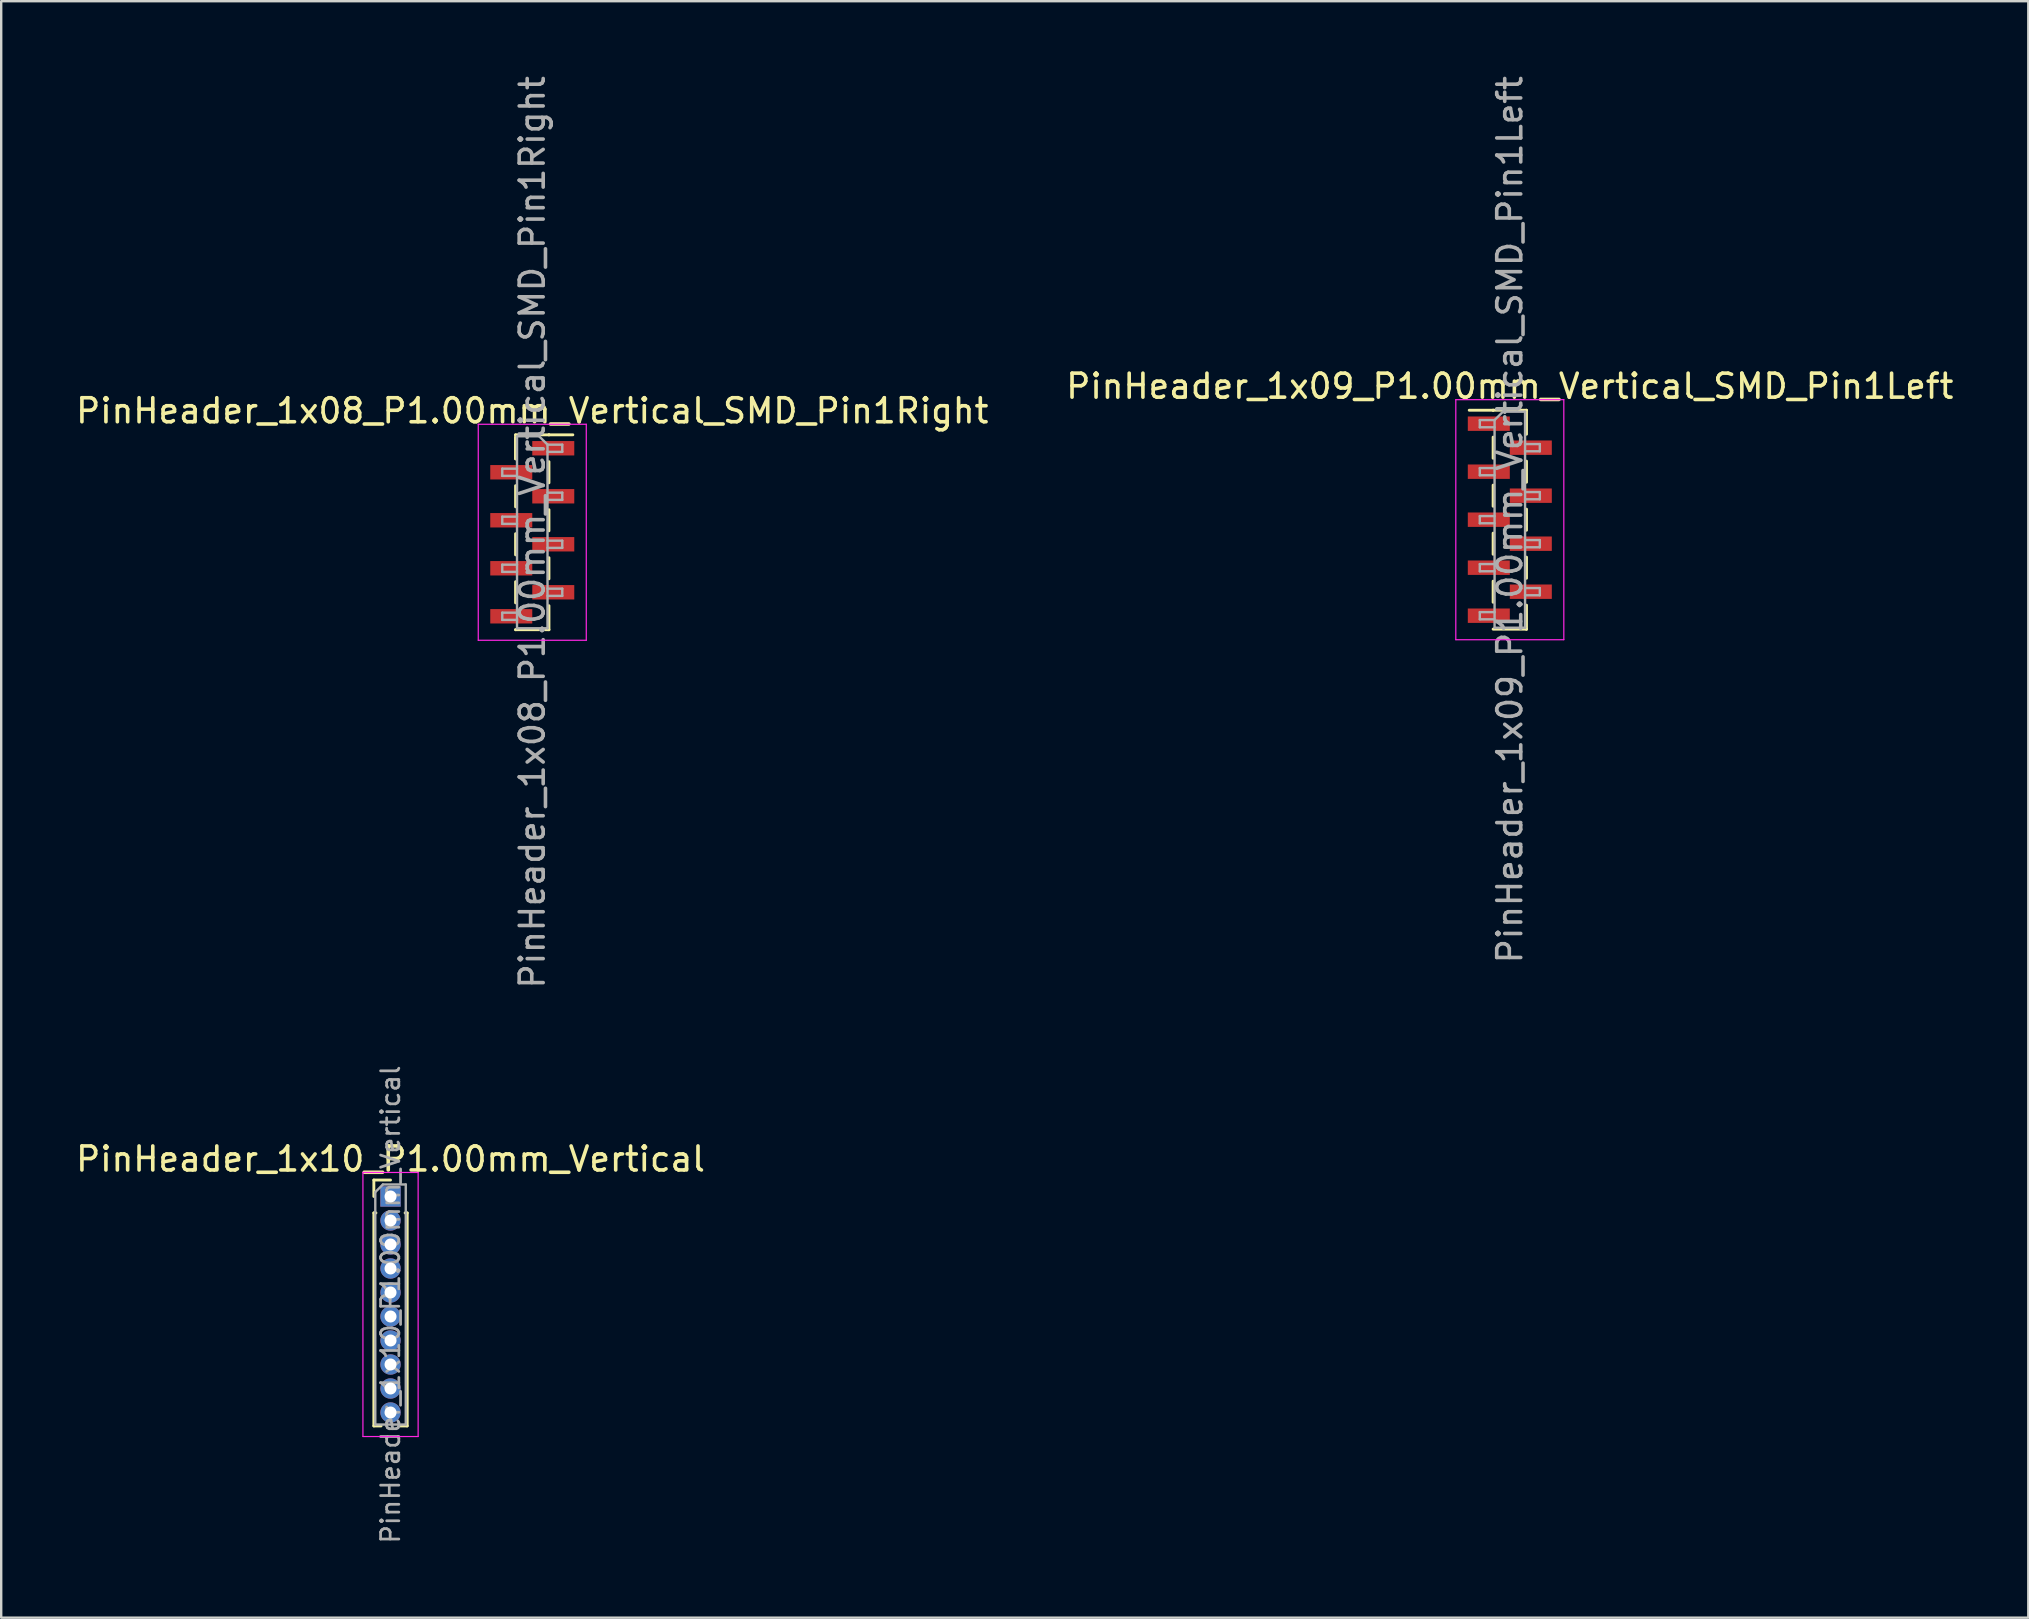
<source format=kicad_pcb>
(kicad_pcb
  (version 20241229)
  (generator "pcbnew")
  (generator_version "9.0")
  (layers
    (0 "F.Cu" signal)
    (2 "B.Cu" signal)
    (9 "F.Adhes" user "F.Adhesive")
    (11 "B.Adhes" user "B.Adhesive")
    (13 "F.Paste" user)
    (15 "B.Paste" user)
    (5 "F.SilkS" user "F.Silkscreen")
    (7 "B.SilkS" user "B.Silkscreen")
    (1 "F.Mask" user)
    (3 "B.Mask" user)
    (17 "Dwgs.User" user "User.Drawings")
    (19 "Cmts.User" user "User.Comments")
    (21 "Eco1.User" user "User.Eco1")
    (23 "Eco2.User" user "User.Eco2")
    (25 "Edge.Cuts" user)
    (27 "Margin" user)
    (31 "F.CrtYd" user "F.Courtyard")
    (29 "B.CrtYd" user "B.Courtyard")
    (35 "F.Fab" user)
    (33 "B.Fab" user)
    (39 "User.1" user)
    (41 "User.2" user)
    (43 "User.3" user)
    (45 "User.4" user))
  (footprint "PinHeader_1x08_P1.00mm_Vertical_SMD_Pin1Right"
    (layer "F.Cu")
    (at 19.125 19.125)
    (property "Reference" "PinHeader_1x08_P1.00mm_Vertical_SMD_Pin1Right" (at 0 -5.06 0) (layer "F.SilkS") (effects (font (size 1 1) (thickness 0.15))))
    (attr smd)
    (fp_line (start -0.695 -4.06) (end -0.695 -3.06) (stroke (width 0.12) (type solid)) (layer "F.SilkS"))
    (fp_line (start -0.695 -4.06) (end 0.695 -4.06) (stroke (width 0.12) (type solid)) (layer "F.SilkS"))
    (fp_line (start -0.695 -3.94) (end -0.695 -3.06) (stroke (width 0.12) (type solid)) (layer "F.SilkS"))
    (fp_line (start -0.695 -1.94) (end -0.695 -1.06) (stroke (width 0.12) (type solid)) (layer "F.SilkS"))
    (fp_line (start -0.695 0.06) (end -0.695 0.94) (stroke (width 0.12) (type solid)) (layer "F.SilkS"))
    (fp_line (start -0.695 2.06) (end -0.695 2.94) (stroke (width 0.12) (type solid)) (layer "F.SilkS"))
    (fp_line (start -0.695 4.06) (end -0.695 4.06) (stroke (width 0.12) (type solid)) (layer "F.SilkS"))
    (fp_line (start -0.695 4.06) (end 0.695 4.06) (stroke (width 0.12) (type solid)) (layer "F.SilkS"))
    (fp_line (start 0.695 -4.06) (end 0.695 -4.06) (stroke (width 0.12) (type solid)) (layer "F.SilkS"))
    (fp_line (start 0.695 -4.06) (end 1.69 -4.06) (stroke (width 0.12) (type solid)) (layer "F.SilkS"))
    (fp_line (start 0.695 -2.94) (end 0.695 -2.06) (stroke (width 0.12) (type solid)) (layer "F.SilkS"))
    (fp_line (start 0.695 -0.94) (end 0.695 -0.06) (stroke (width 0.12) (type solid)) (layer "F.SilkS"))
    (fp_line (start 0.695 1.06) (end 0.695 1.94) (stroke (width 0.12) (type solid)) (layer "F.SilkS"))
    (fp_line (start 0.695 3.06) (end 0.695 4.06) (stroke (width 0.12) (type solid)) (layer "F.SilkS"))
    (fp_line (start -2.25 -4.5) (end -2.25 4.5) (stroke (width 0.05) (type solid)) (layer "F.CrtYd"))
    (fp_line (start -2.25 4.5) (end 2.25 4.5) (stroke (width 0.05) (type solid)) (layer "F.CrtYd"))
    (fp_line (start 2.25 -4.5) (end -2.25 -4.5) (stroke (width 0.05) (type solid)) (layer "F.CrtYd"))
    (fp_line (start 2.25 4.5) (end 2.25 -4.5) (stroke (width 0.05) (type solid)) (layer "F.CrtYd"))
    (fp_line (start -1.25 -2.65) (end -1.25 -2.35) (stroke (width 0.1) (type solid)) (layer "F.Fab"))
    (fp_line (start -1.25 -2.35) (end -0.635 -2.35) (stroke (width 0.1) (type solid)) (layer "F.Fab"))
    (fp_line (start -1.25 -0.65) (end -1.25 -0.35) (stroke (width 0.1) (type solid)) (layer "F.Fab"))
    (fp_line (start -1.25 -0.35) (end -0.635 -0.35) (stroke (width 0.1) (type solid)) (layer "F.Fab"))
    (fp_line (start -1.25 1.35) (end -1.25 1.65) (stroke (width 0.1) (type solid)) (layer "F.Fab"))
    (fp_line (start -1.25 1.65) (end -0.635 1.65) (stroke (width 0.1) (type solid)) (layer "F.Fab"))
    (fp_line (start -1.25 3.35) (end -1.25 3.65) (stroke (width 0.1) (type solid)) (layer "F.Fab"))
    (fp_line (start -1.25 3.65) (end -0.635 3.65) (stroke (width 0.1) (type solid)) (layer "F.Fab"))
    (fp_line (start -0.635 -4) (end -0.635 4) (stroke (width 0.1) (type solid)) (layer "F.Fab"))
    (fp_line (start -0.635 -4) (end 0.285 -4) (stroke (width 0.1) (type solid)) (layer "F.Fab"))
    (fp_line (start -0.635 -2.65) (end -1.25 -2.65) (stroke (width 0.1) (type solid)) (layer "F.Fab"))
    (fp_line (start -0.635 -0.65) (end -1.25 -0.65) (stroke (width 0.1) (type solid)) (layer "F.Fab"))
    (fp_line (start -0.635 1.35) (end -1.25 1.35) (stroke (width 0.1) (type solid)) (layer "F.Fab"))
    (fp_line (start -0.635 3.35) (end -1.25 3.35) (stroke (width 0.1) (type solid)) (layer "F.Fab"))
    (fp_line (start 0.635 -3.65) (end 0.285 -4) (stroke (width 0.1) (type solid)) (layer "F.Fab"))
    (fp_line (start 0.635 -3.65) (end 1.25 -3.65) (stroke (width 0.1) (type solid)) (layer "F.Fab"))
    (fp_line (start 0.635 -1.65) (end 1.25 -1.65) (stroke (width 0.1) (type solid)) (layer "F.Fab"))
    (fp_line (start 0.635 0.35) (end 1.25 0.35) (stroke (width 0.1) (type solid)) (layer "F.Fab"))
    (fp_line (start 0.635 2.35) (end 1.25 2.35) (stroke (width 0.1) (type solid)) (layer "F.Fab"))
    (fp_line (start 0.635 4) (end -0.635 4) (stroke (width 0.1) (type solid)) (layer "F.Fab"))
    (fp_line (start 0.635 4) (end 0.635 -3.65) (stroke (width 0.1) (type solid)) (layer "F.Fab"))
    (fp_line (start 1.25 -3.65) (end 1.25 -3.35) (stroke (width 0.1) (type solid)) (layer "F.Fab"))
    (fp_line (start 1.25 -3.35) (end 0.635 -3.35) (stroke (width 0.1) (type solid)) (layer "F.Fab"))
    (fp_line (start 1.25 -1.65) (end 1.25 -1.35) (stroke (width 0.1) (type solid)) (layer "F.Fab"))
    (fp_line (start 1.25 -1.35) (end 0.635 -1.35) (stroke (width 0.1) (type solid)) (layer "F.Fab"))
    (fp_line (start 1.25 0.35) (end 1.25 0.65) (stroke (width 0.1) (type solid)) (layer "F.Fab"))
    (fp_line (start 1.25 0.65) (end 0.635 0.65) (stroke (width 0.1) (type solid)) (layer "F.Fab"))
    (fp_line (start 1.25 2.35) (end 1.25 2.65) (stroke (width 0.1) (type solid)) (layer "F.Fab"))
    (fp_line (start 1.25 2.65) (end 0.635 2.65) (stroke (width 0.1) (type solid)) (layer "F.Fab"))
    (fp_text user "${REFERENCE}" (at 0 0 90) (layer "F.Fab") (effects (font (size 1 1) (thickness 0.15))))
    (pad "1" smd rect (at 0.875 -3.5) (size 1.75 0.6) (layers "F.Cu" "F.Mask" "F.Paste"))
    (pad "2" smd rect (at -0.875 -2.5) (size 1.75 0.6) (layers "F.Cu" "F.Mask" "F.Paste"))
    (pad "3" smd rect (at 0.875 -1.5) (size 1.75 0.6) (layers "F.Cu" "F.Mask" "F.Paste"))
    (pad "4" smd rect (at -0.875 -0.5) (size 1.75 0.6) (layers "F.Cu" "F.Mask" "F.Paste"))
    (pad "5" smd rect (at 0.875 0.5) (size 1.75 0.6) (layers "F.Cu" "F.Mask" "F.Paste"))
    (pad "6" smd rect (at -0.875 1.5) (size 1.75 0.6) (layers "F.Cu" "F.Mask" "F.Paste"))
    (pad "7" smd rect (at 0.875 2.5) (size 1.75 0.6) (layers "F.Cu" "F.Mask" "F.Paste"))
    (pad "8" smd rect (at -0.875 3.5) (size 1.75 0.6) (layers "F.Cu" "F.Mask" "F.Paste")))
  (footprint "PinHeader_1x10_P1.00mm_Vertical"
    (layer "F.Cu")
    (at 13.22 46.797)
    (property "Reference" "PinHeader_1x10_P1.00mm_Vertical" (at 0 -1.56 0) (layer "F.SilkS") (effects (font (size 1 1) (thickness 0.15))))
    (attr through_hole)
    (fp_line (start -0.695 -0.685) (end 0 -0.685) (stroke (width 0.12) (type solid)) (layer "F.SilkS"))
    (fp_line (start -0.695 0) (end -0.695 -0.685) (stroke (width 0.12) (type solid)) (layer "F.SilkS"))
    (fp_line (start -0.695 0.685) (end -0.695 9.56) (stroke (width 0.12) (type solid)) (layer "F.SilkS"))
    (fp_line (start -0.695 0.685) (end -0.608 0.685) (stroke (width 0.12) (type solid)) (layer "F.SilkS"))
    (fp_line (start -0.695 9.56) (end -0.394 9.56) (stroke (width 0.12) (type solid)) (layer "F.SilkS"))
    (fp_line (start 0.394 9.56) (end 0.695 9.56) (stroke (width 0.12) (type solid)) (layer "F.SilkS"))
    (fp_line (start 0.608 0.685) (end 0.695 0.685) (stroke (width 0.12) (type solid)) (layer "F.SilkS"))
    (fp_line (start 0.695 0.685) (end 0.695 9.56) (stroke (width 0.12) (type solid)) (layer "F.SilkS"))
    (fp_line (start -1.15 -1) (end -1.15 10) (stroke (width 0.05) (type solid)) (layer "F.CrtYd"))
    (fp_line (start -1.15 10) (end 1.15 10) (stroke (width 0.05) (type solid)) (layer "F.CrtYd"))
    (fp_line (start 1.15 -1) (end -1.15 -1) (stroke (width 0.05) (type solid)) (layer "F.CrtYd"))
    (fp_line (start 1.15 10) (end 1.15 -1) (stroke (width 0.05) (type solid)) (layer "F.CrtYd"))
    (fp_line (start -0.635 -0.182) (end -0.318 -0.5) (stroke (width 0.1) (type solid)) (layer "F.Fab"))
    (fp_line (start -0.635 9.5) (end -0.635 -0.182) (stroke (width 0.1) (type solid)) (layer "F.Fab"))
    (fp_line (start -0.318 -0.5) (end 0.635 -0.5) (stroke (width 0.1) (type solid)) (layer "F.Fab"))
    (fp_line (start 0.635 -0.5) (end 0.635 9.5) (stroke (width 0.1) (type solid)) (layer "F.Fab"))
    (fp_line (start 0.635 9.5) (end -0.635 9.5) (stroke (width 0.1) (type solid)) (layer "F.Fab"))
    (fp_text user "${REFERENCE}" (at 0 4.5 90) (layer "F.Fab") (effects (font (size 0.76 0.76) (thickness 0.114))))
    (pad "1" thru_hole rect (at 0 0) (size 0.85 0.85) (drill 0.5) (layers "*.Cu" "*.Mask"))
    (pad "2" thru_hole oval (at 0 1) (size 0.85 0.85) (drill 0.5) (layers "*.Cu" "*.Mask"))
    (pad "3" thru_hole oval (at 0 2) (size 0.85 0.85) (drill 0.5) (layers "*.Cu" "*.Mask"))
    (pad "4" thru_hole oval (at 0 3) (size 0.85 0.85) (drill 0.5) (layers "*.Cu" "*.Mask"))
    (pad "5" thru_hole oval (at 0 4) (size 0.85 0.85) (drill 0.5) (layers "*.Cu" "*.Mask"))
    (pad "6" thru_hole oval (at 0 5) (size 0.85 0.85) (drill 0.5) (layers "*.Cu" "*.Mask"))
    (pad "7" thru_hole oval (at 0 6) (size 0.85 0.85) (drill 0.5) (layers "*.Cu" "*.Mask"))
    (pad "8" thru_hole oval (at 0 7) (size 0.85 0.85) (drill 0.5) (layers "*.Cu" "*.Mask"))
    (pad "9" thru_hole oval (at 0 8) (size 0.85 0.85) (drill 0.5) (layers "*.Cu" "*.Mask"))
    (pad "10" thru_hole oval (at 0 9) (size 0.85 0.85) (drill 0.5) (layers "*.Cu" "*.Mask")))
  (footprint "PinHeader_1x09_P1.00mm_Vertical_SMD_Pin1Left"
    (layer "F.Cu")
    (at 59.851 18.601)
    (property "Reference" "PinHeader_1x09_P1.00mm_Vertical_SMD_Pin1Left" (at 0 -5.56 0) (layer "F.SilkS") (effects (font (size 1 1) (thickness 0.15))))
    (attr smd)
    (fp_line (start -0.695 -4.56) (end -1.69 -4.56) (stroke (width 0.12) (type solid)) (layer "F.SilkS"))
    (fp_line (start -0.695 -4.56) (end -0.695 -4.56) (stroke (width 0.12) (type solid)) (layer "F.SilkS"))
    (fp_line (start -0.695 -4.56) (end 0.695 -4.56) (stroke (width 0.12) (type solid)) (layer "F.SilkS"))
    (fp_line (start -0.695 -3.44) (end -0.695 -2.56) (stroke (width 0.12) (type solid)) (layer "F.SilkS"))
    (fp_line (start -0.695 -1.44) (end -0.695 -0.56) (stroke (width 0.12) (type solid)) (layer "F.SilkS"))
    (fp_line (start -0.695 0.56) (end -0.695 1.44) (stroke (width 0.12) (type solid)) (layer "F.SilkS"))
    (fp_line (start -0.695 2.56) (end -0.695 3.44) (stroke (width 0.12) (type solid)) (layer "F.SilkS"))
    (fp_line (start -0.695 4.56) (end 0.695 4.56) (stroke (width 0.12) (type solid)) (layer "F.SilkS"))
    (fp_line (start 0.695 -4.56) (end 0.695 -3.56) (stroke (width 0.12) (type solid)) (layer "F.SilkS"))
    (fp_line (start 0.695 -2.44) (end 0.695 -1.56) (stroke (width 0.12) (type solid)) (layer "F.SilkS"))
    (fp_line (start 0.695 -0.44) (end 0.695 0.44) (stroke (width 0.12) (type solid)) (layer "F.SilkS"))
    (fp_line (start 0.695 1.56) (end 0.695 2.44) (stroke (width 0.12) (type solid)) (layer "F.SilkS"))
    (fp_line (start 0.695 3.56) (end 0.695 4.56) (stroke (width 0.12) (type solid)) (layer "F.SilkS"))
    (fp_line (start 0.695 4.56) (end 0.695 4.56) (stroke (width 0.12) (type solid)) (layer "F.SilkS"))
    (fp_line (start -2.25 -5) (end -2.25 5) (stroke (width 0.05) (type solid)) (layer "F.CrtYd"))
    (fp_line (start -2.25 5) (end 2.25 5) (stroke (width 0.05) (type solid)) (layer "F.CrtYd"))
    (fp_line (start 2.25 -5) (end -2.25 -5) (stroke (width 0.05) (type solid)) (layer "F.CrtYd"))
    (fp_line (start 2.25 5) (end 2.25 -5) (stroke (width 0.05) (type solid)) (layer "F.CrtYd"))
    (fp_line (start -1.25 -4.15) (end -1.25 -3.85) (stroke (width 0.1) (type solid)) (layer "F.Fab"))
    (fp_line (start -1.25 -3.85) (end -0.635 -3.85) (stroke (width 0.1) (type solid)) (layer "F.Fab"))
    (fp_line (start -1.25 -2.15) (end -1.25 -1.85) (stroke (width 0.1) (type solid)) (layer "F.Fab"))
    (fp_line (start -1.25 -1.85) (end -0.635 -1.85) (stroke (width 0.1) (type solid)) (layer "F.Fab"))
    (fp_line (start -1.25 -0.15) (end -1.25 0.15) (stroke (width 0.1) (type solid)) (layer "F.Fab"))
    (fp_line (start -1.25 0.15) (end -0.635 0.15) (stroke (width 0.1) (type solid)) (layer "F.Fab"))
    (fp_line (start -1.25 1.85) (end -1.25 2.15) (stroke (width 0.1) (type solid)) (layer "F.Fab"))
    (fp_line (start -1.25 2.15) (end -0.635 2.15) (stroke (width 0.1) (type solid)) (layer "F.Fab"))
    (fp_line (start -1.25 3.85) (end -1.25 4.15) (stroke (width 0.1) (type solid)) (layer "F.Fab"))
    (fp_line (start -1.25 4.15) (end -0.635 4.15) (stroke (width 0.1) (type solid)) (layer "F.Fab"))
    (fp_line (start -0.635 -4.15) (end -1.25 -4.15) (stroke (width 0.1) (type solid)) (layer "F.Fab"))
    (fp_line (start -0.635 -4.15) (end -0.285 -4.5) (stroke (width 0.1) (type solid)) (layer "F.Fab"))
    (fp_line (start -0.635 -2.15) (end -1.25 -2.15) (stroke (width 0.1) (type solid)) (layer "F.Fab"))
    (fp_line (start -0.635 -0.15) (end -1.25 -0.15) (stroke (width 0.1) (type solid)) (layer "F.Fab"))
    (fp_line (start -0.635 1.85) (end -1.25 1.85) (stroke (width 0.1) (type solid)) (layer "F.Fab"))
    (fp_line (start -0.635 3.85) (end -1.25 3.85) (stroke (width 0.1) (type solid)) (layer "F.Fab"))
    (fp_line (start -0.635 4.5) (end -0.635 -4.15) (stroke (width 0.1) (type solid)) (layer "F.Fab"))
    (fp_line (start -0.285 -4.5) (end 0.635 -4.5) (stroke (width 0.1) (type solid)) (layer "F.Fab"))
    (fp_line (start 0.635 -4.5) (end 0.635 4.5) (stroke (width 0.1) (type solid)) (layer "F.Fab"))
    (fp_line (start 0.635 -3.15) (end 1.25 -3.15) (stroke (width 0.1) (type solid)) (layer "F.Fab"))
    (fp_line (start 0.635 -1.15) (end 1.25 -1.15) (stroke (width 0.1) (type solid)) (layer "F.Fab"))
    (fp_line (start 0.635 0.85) (end 1.25 0.85) (stroke (width 0.1) (type solid)) (layer "F.Fab"))
    (fp_line (start 0.635 2.85) (end 1.25 2.85) (stroke (width 0.1) (type solid)) (layer "F.Fab"))
    (fp_line (start 0.635 4.5) (end -0.635 4.5) (stroke (width 0.1) (type solid)) (layer "F.Fab"))
    (fp_line (start 1.25 -3.15) (end 1.25 -2.85) (stroke (width 0.1) (type solid)) (layer "F.Fab"))
    (fp_line (start 1.25 -2.85) (end 0.635 -2.85) (stroke (width 0.1) (type solid)) (layer "F.Fab"))
    (fp_line (start 1.25 -1.15) (end 1.25 -0.85) (stroke (width 0.1) (type solid)) (layer "F.Fab"))
    (fp_line (start 1.25 -0.85) (end 0.635 -0.85) (stroke (width 0.1) (type solid)) (layer "F.Fab"))
    (fp_line (start 1.25 0.85) (end 1.25 1.15) (stroke (width 0.1) (type solid)) (layer "F.Fab"))
    (fp_line (start 1.25 1.15) (end 0.635 1.15) (stroke (width 0.1) (type solid)) (layer "F.Fab"))
    (fp_line (start 1.25 2.85) (end 1.25 3.15) (stroke (width 0.1) (type solid)) (layer "F.Fab"))
    (fp_line (start 1.25 3.15) (end 0.635 3.15) (stroke (width 0.1) (type solid)) (layer "F.Fab"))
    (fp_text user "${REFERENCE}" (at 0 0 90) (layer "F.Fab") (effects (font (size 1 1) (thickness 0.15))))
    (pad "1" smd rect (at -0.875 -4) (size 1.75 0.6) (layers "F.Cu" "F.Mask" "F.Paste"))
    (pad "2" smd rect (at 0.875 -3) (size 1.75 0.6) (layers "F.Cu" "F.Mask" "F.Paste"))
    (pad "3" smd rect (at -0.875 -2) (size 1.75 0.6) (layers "F.Cu" "F.Mask" "F.Paste"))
    (pad "4" smd rect (at 0.875 -1) (size 1.75 0.6) (layers "F.Cu" "F.Mask" "F.Paste"))
    (pad "5" smd rect (at -0.875 0) (size 1.75 0.6) (layers "F.Cu" "F.Mask" "F.Paste"))
    (pad "6" smd rect (at 0.875 1) (size 1.75 0.6) (layers "F.Cu" "F.Mask" "F.Paste"))
    (pad "7" smd rect (at -0.875 2) (size 1.75 0.6) (layers "F.Cu" "F.Mask" "F.Paste"))
    (pad "8" smd rect (at 0.875 3) (size 1.75 0.6) (layers "F.Cu" "F.Mask" "F.Paste"))
    (pad "9" smd rect (at -0.875 4) (size 1.75 0.6) (layers "F.Cu" "F.Mask" "F.Paste")))
  (gr_rect
    (start -3 -3)
    (end 81.452 64.345)
    (stroke (width 0.1) (type default))
    (fill no)
    (layer "Edge.Cuts")))
</source>
